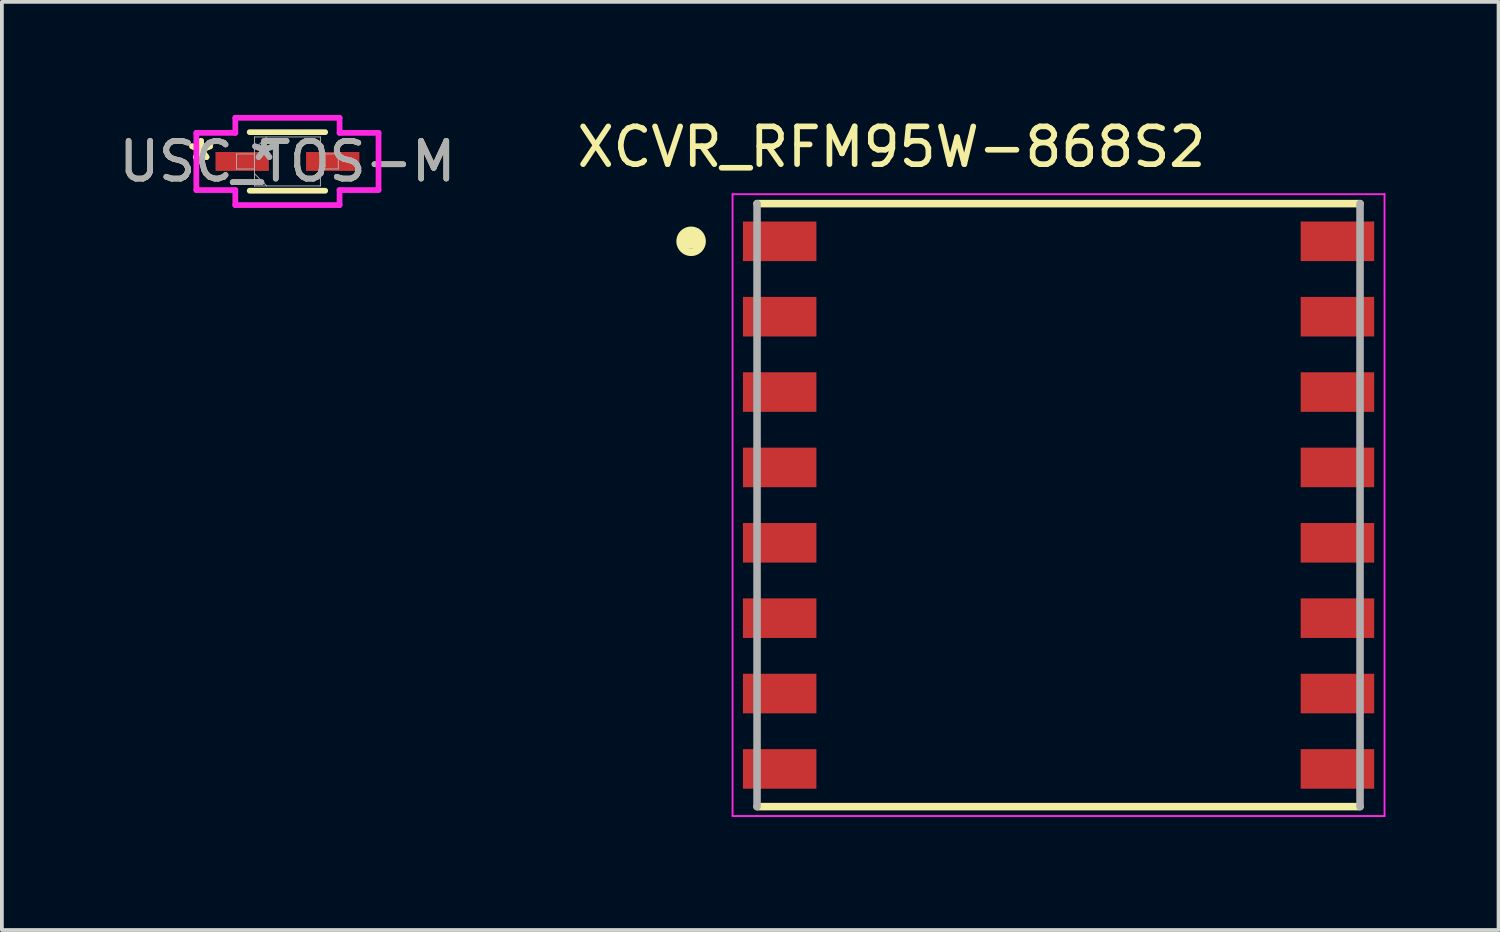
<source format=kicad_pcb>
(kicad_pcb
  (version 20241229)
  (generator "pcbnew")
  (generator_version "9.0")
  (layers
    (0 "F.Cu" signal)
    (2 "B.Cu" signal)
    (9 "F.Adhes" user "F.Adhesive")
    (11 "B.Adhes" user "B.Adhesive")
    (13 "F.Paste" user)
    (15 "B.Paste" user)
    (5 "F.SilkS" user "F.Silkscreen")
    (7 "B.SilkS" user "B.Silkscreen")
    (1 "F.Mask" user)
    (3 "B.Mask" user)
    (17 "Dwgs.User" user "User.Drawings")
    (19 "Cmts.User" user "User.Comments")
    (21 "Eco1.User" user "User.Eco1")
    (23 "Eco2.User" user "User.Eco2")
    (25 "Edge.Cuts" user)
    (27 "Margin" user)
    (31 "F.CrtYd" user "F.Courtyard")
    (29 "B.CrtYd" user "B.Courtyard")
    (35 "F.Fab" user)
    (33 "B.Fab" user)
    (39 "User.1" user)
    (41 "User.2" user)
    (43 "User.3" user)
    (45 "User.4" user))
  (footprint "USC_TOS-M"
    (layer "F.Cu")
    (at 4.577 1.234)
    (property "Reference" "USC_TOS-M" (at 0 0 0) (unlocked yes) (layer "F.SilkS") (effects (font (size 1 1) (thickness 0.15))))
    (attr smd)
    (fp_line (start -1.002 0.777) (end 1.002 0.777) (stroke (width 0.152) (type solid)) (layer "F.SilkS"))
    (fp_line (start 1.002 -0.777) (end -1.002 -0.777) (stroke (width 0.152) (type solid)) (layer "F.SilkS"))
    (fp_line (start -2.417 -0.759) (end -1.383 -0.759) (stroke (width 0.152) (type solid)) (layer "F.CrtYd"))
    (fp_line (start -2.417 0.759) (end -2.417 -0.759) (stroke (width 0.152) (type solid)) (layer "F.CrtYd"))
    (fp_line (start -1.383 -1.158) (end 1.383 -1.158) (stroke (width 0.152) (type solid)) (layer "F.CrtYd"))
    (fp_line (start -1.383 -0.759) (end -1.383 -1.158) (stroke (width 0.152) (type solid)) (layer "F.CrtYd"))
    (fp_line (start -1.383 0.759) (end -2.417 0.759) (stroke (width 0.152) (type solid)) (layer "F.CrtYd"))
    (fp_line (start -1.383 1.158) (end -1.383 0.759) (stroke (width 0.152) (type solid)) (layer "F.CrtYd"))
    (fp_line (start 1.383 -1.158) (end 1.383 -0.759) (stroke (width 0.152) (type solid)) (layer "F.CrtYd"))
    (fp_line (start 1.383 -0.759) (end 2.417 -0.759) (stroke (width 0.152) (type solid)) (layer "F.CrtYd"))
    (fp_line (start 1.383 0.759) (end 1.383 1.158) (stroke (width 0.152) (type solid)) (layer "F.CrtYd"))
    (fp_line (start 1.383 1.158) (end -1.383 1.158) (stroke (width 0.152) (type solid)) (layer "F.CrtYd"))
    (fp_line (start 2.417 -0.759) (end 2.417 0.759) (stroke (width 0.152) (type solid)) (layer "F.CrtYd"))
    (fp_line (start 2.417 0.759) (end 1.383 0.759) (stroke (width 0.152) (type solid)) (layer "F.CrtYd"))
    (fp_line (start -1.35 -0.2) (end -1.35 0.2) (stroke (width 0.025) (type solid)) (layer "F.Fab"))
    (fp_line (start -1.35 0.2) (end -0.875 0.2) (stroke (width 0.025) (type solid)) (layer "F.Fab"))
    (fp_line (start -0.875 -0.65) (end -0.875 0.65) (stroke (width 0.025) (type solid)) (layer "F.Fab"))
    (fp_line (start -0.875 -0.325) (end -0.55 -0.65) (stroke (width 0.025) (type solid)) (layer "F.Fab"))
    (fp_line (start -0.875 -0.2) (end -1.35 -0.2) (stroke (width 0.025) (type solid)) (layer "F.Fab"))
    (fp_line (start -0.875 0.2) (end -0.875 -0.2) (stroke (width 0.025) (type solid)) (layer "F.Fab"))
    (fp_line (start -0.875 0.325) (end -0.55 0.65) (stroke (width 0.025) (type solid)) (layer "F.Fab"))
    (fp_line (start -0.875 0.65) (end 0.875 0.65) (stroke (width 0.025) (type solid)) (layer "F.Fab"))
    (fp_line (start 0.875 -0.65) (end -0.875 -0.65) (stroke (width 0.025) (type solid)) (layer "F.Fab"))
    (fp_line (start 0.875 -0.2) (end 0.875 0.2) (stroke (width 0.025) (type solid)) (layer "F.Fab"))
    (fp_line (start 0.875 0.2) (end 1.35 0.2) (stroke (width 0.025) (type solid)) (layer "F.Fab"))
    (fp_line (start 0.875 0.65) (end 0.875 -0.65) (stroke (width 0.025) (type solid)) (layer "F.Fab"))
    (fp_line (start 1.35 -0.2) (end 0.875 -0.2) (stroke (width 0.025) (type solid)) (layer "F.Fab"))
    (fp_line (start 1.35 0.2) (end 1.35 -0.2) (stroke (width 0.025) (type solid)) (layer "F.Fab"))
    (fp_text user "*" (at -2.29 0 0) (layer "F.SilkS") (effects (font (size 1 1) (thickness 0.15))))
    (fp_text user "*" (at -2.29 0 0) (unlocked yes) (layer "F.SilkS") (effects (font (size 1 1) (thickness 0.15))))
    (fp_text user "*" (at -0.621 0 0) (layer "F.Fab") (effects (font (size 1 1) (thickness 0.15))))
    (fp_text user "${REFERENCE}" (at 0 0 0) (unlocked yes) (layer "F.Fab") (effects (font (size 1 1) (thickness 0.15))))
    (fp_text user "*" (at -0.621 0 0) (unlocked yes) (layer "F.Fab") (effects (font (size 1 1) (thickness 0.15))))
    (pad "1" smd rect (at -1.201 0) (size 1.416 0.502) (layers "F.Cu" "F.Mask" "F.Paste"))
    (pad "2" smd rect (at 1.201 0) (size 1.416 0.502) (layers "F.Cu" "F.Mask" "F.Paste")))
  (footprint "XCVR_RFM95W-868S2"
    (layer "F.Cu")
    (at 25.038 10.353)
    (property "Reference" "XCVR_RFM95W-868S2" (at -4.433 -9.503 0) (layer "F.SilkS") (effects (font (size 1.002 1.002) (thickness 0.15))))
    (attr smd)
    (fp_line (start -8 -8) (end 8 -8) (stroke (width 0.2) (type solid)) (layer "F.SilkS"))
    (fp_line (start 8 8) (end -8 8) (stroke (width 0.2) (type solid)) (layer "F.SilkS"))
    (fp_circle (center -9.75 -7) (end -9.458 -7) (stroke (width 0.2) (type solid)) (fill no) (layer "F.SilkS"))
    (fp_poly (pts (xy -10.011 -7.2) (xy -9.5 -7.2) (xy -9.5 -6.808) (xy -10.011 -6.808)) (stroke (width 0.01) (type solid)) (fill yes) (layer "F.SilkS"))
    (fp_line (start -8.65 -8.25) (end 8.65 -8.25) (stroke (width 0.05) (type solid)) (layer "F.CrtYd"))
    (fp_line (start -8.65 8.25) (end -8.65 -8.25) (stroke (width 0.05) (type solid)) (layer "F.CrtYd"))
    (fp_line (start 8.65 -8.25) (end 8.65 8.25) (stroke (width 0.05) (type solid)) (layer "F.CrtYd"))
    (fp_line (start 8.65 8.25) (end -8.65 8.25) (stroke (width 0.05) (type solid)) (layer "F.CrtYd"))
    (fp_line (start -8 8) (end -8 -8) (stroke (width 0.2) (type solid)) (layer "F.Fab"))
    (fp_line (start 8 -8) (end 8 8) (stroke (width 0.2) (type solid)) (layer "F.Fab"))
    (pad "1" smd rect (at -7.4 -7) (size 1.95 1.05) (layers "F.Cu" "F.Mask" "F.Paste"))
    (pad "2" smd rect (at -7.4 -5) (size 1.95 1.05) (layers "F.Cu" "F.Mask" "F.Paste"))
    (pad "3" smd rect (at -7.4 -3) (size 1.95 1.05) (layers "F.Cu" "F.Mask" "F.Paste"))
    (pad "4" smd rect (at -7.4 -1) (size 1.95 1.05) (layers "F.Cu" "F.Mask" "F.Paste"))
    (pad "5" smd rect (at -7.4 1) (size 1.95 1.05) (layers "F.Cu" "F.Mask" "F.Paste"))
    (pad "6" smd rect (at -7.4 3) (size 1.95 1.05) (layers "F.Cu" "F.Mask" "F.Paste"))
    (pad "7" smd rect (at -7.4 5) (size 1.95 1.05) (layers "F.Cu" "F.Mask" "F.Paste"))
    (pad "8" smd rect (at -7.4 7) (size 1.95 1.05) (layers "F.Cu" "F.Mask" "F.Paste"))
    (pad "9" smd rect (at 7.4 7) (size 1.95 1.05) (layers "F.Cu" "F.Mask" "F.Paste"))
    (pad "10" smd rect (at 7.4 5) (size 1.95 1.05) (layers "F.Cu" "F.Mask" "F.Paste"))
    (pad "11" smd rect (at 7.4 3) (size 1.95 1.05) (layers "F.Cu" "F.Mask" "F.Paste"))
    (pad "12" smd rect (at 7.4 1) (size 1.95 1.05) (layers "F.Cu" "F.Mask" "F.Paste"))
    (pad "13" smd rect (at 7.4 -1) (size 1.95 1.05) (layers "F.Cu" "F.Mask" "F.Paste"))
    (pad "14" smd rect (at 7.4 -3) (size 1.95 1.05) (layers "F.Cu" "F.Mask" "F.Paste"))
    (pad "15" smd rect (at 7.4 -5) (size 1.95 1.05) (layers "F.Cu" "F.Mask" "F.Paste"))
    (pad "16" smd rect (at 7.4 -7) (size 1.95 1.05) (layers "F.Cu" "F.Mask" "F.Paste")))
  (gr_rect
    (start -3 -3)
    (end 36.713 21.628)
    (stroke (width 0.1) (type default))
    (fill no)
    (layer "Edge.Cuts")))
</source>
